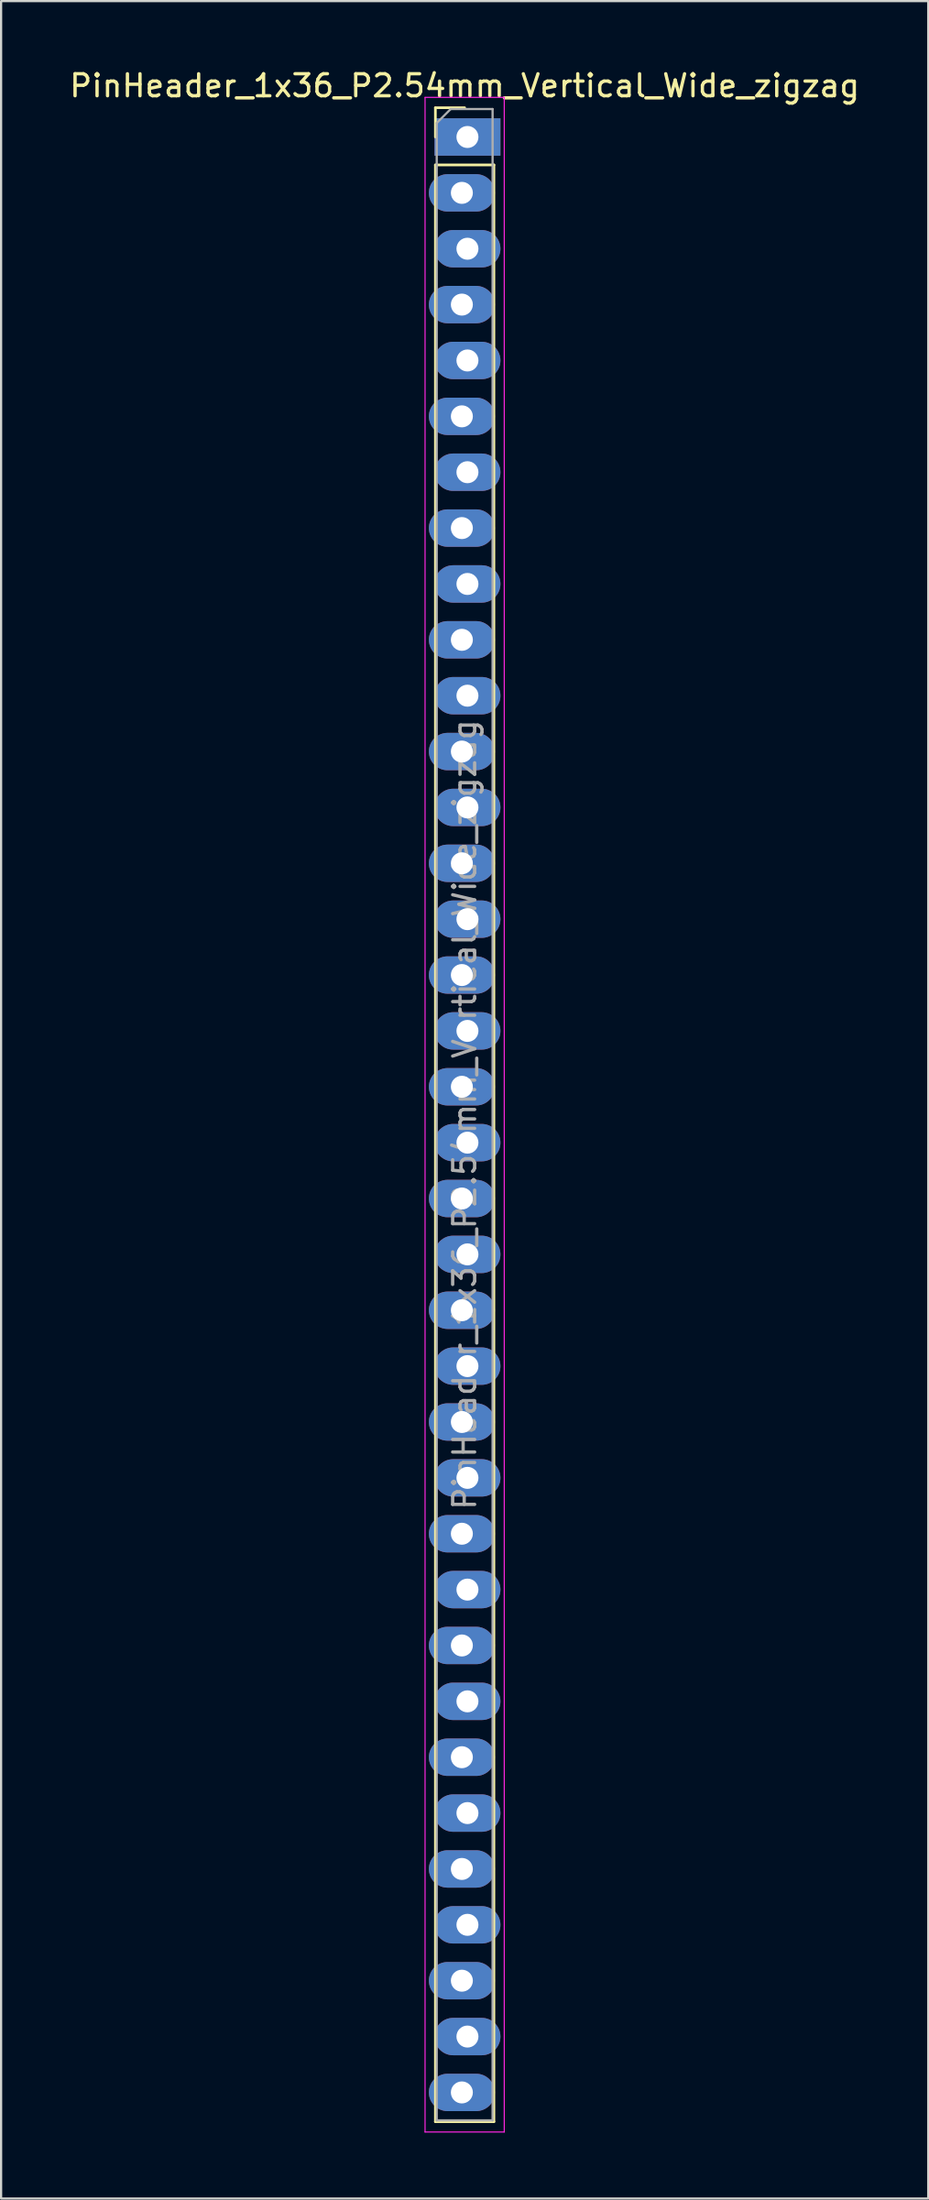
<source format=kicad_pcb>
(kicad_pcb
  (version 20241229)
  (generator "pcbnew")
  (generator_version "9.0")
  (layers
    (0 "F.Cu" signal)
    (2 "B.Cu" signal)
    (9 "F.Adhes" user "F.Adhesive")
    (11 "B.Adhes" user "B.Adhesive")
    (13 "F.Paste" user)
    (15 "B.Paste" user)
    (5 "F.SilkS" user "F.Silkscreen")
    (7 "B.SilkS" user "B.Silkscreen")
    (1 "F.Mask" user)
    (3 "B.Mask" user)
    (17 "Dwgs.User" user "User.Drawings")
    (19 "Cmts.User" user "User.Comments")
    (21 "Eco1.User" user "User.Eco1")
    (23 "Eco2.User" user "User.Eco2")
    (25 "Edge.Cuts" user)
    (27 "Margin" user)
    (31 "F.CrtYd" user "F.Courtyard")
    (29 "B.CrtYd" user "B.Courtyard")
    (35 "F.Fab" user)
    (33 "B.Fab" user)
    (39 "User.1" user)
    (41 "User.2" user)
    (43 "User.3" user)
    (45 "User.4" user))
  (footprint "PinHeader_1x36_P2.54mm_Vertical_Wide_zigzag"
    (layer "F.Cu")
    (at 18.077 3.178)
    (property "Reference" "PinHeader_1x36_P2.54mm_Vertical_Wide_zigzag" (at 0 -2.33 0) (layer "F.SilkS") (effects (font (size 1 1) (thickness 0.15))))
    (attr through_hole)
    (fp_line (start -1.33 -1.33) (end 0 -1.33) (stroke (width 0.12) (type solid)) (layer "F.SilkS"))
    (fp_line (start -1.33 0) (end -1.33 -1.33) (stroke (width 0.12) (type solid)) (layer "F.SilkS"))
    (fp_line (start -1.33 1.27) (end -1.33 90.23) (stroke (width 0.12) (type solid)) (layer "F.SilkS"))
    (fp_line (start -1.33 1.27) (end 1.33 1.27) (stroke (width 0.12) (type solid)) (layer "F.SilkS"))
    (fp_line (start -1.33 90.23) (end 1.33 90.23) (stroke (width 0.12) (type solid)) (layer "F.SilkS"))
    (fp_line (start 1.33 1.27) (end 1.33 90.23) (stroke (width 0.12) (type solid)) (layer "F.SilkS"))
    (fp_line (start -1.8 -1.8) (end -1.8 90.7) (stroke (width 0.05) (type solid)) (layer "F.CrtYd"))
    (fp_line (start -1.8 90.7) (end 1.8 90.7) (stroke (width 0.05) (type solid)) (layer "F.CrtYd"))
    (fp_line (start 1.8 -1.8) (end -1.8 -1.8) (stroke (width 0.05) (type solid)) (layer "F.CrtYd"))
    (fp_line (start 1.8 90.7) (end 1.8 -1.8) (stroke (width 0.05) (type solid)) (layer "F.CrtYd"))
    (fp_line (start -1.27 -0.635) (end -0.635 -1.27) (stroke (width 0.1) (type solid)) (layer "F.Fab"))
    (fp_line (start -1.27 90.17) (end -1.27 -0.635) (stroke (width 0.1) (type solid)) (layer "F.Fab"))
    (fp_line (start -0.635 -1.27) (end 1.27 -1.27) (stroke (width 0.1) (type solid)) (layer "F.Fab"))
    (fp_line (start 1.27 -1.27) (end 1.27 90.17) (stroke (width 0.1) (type solid)) (layer "F.Fab"))
    (fp_line (start 1.27 90.17) (end -1.27 90.17) (stroke (width 0.1) (type solid)) (layer "F.Fab"))
    (fp_text user "${REFERENCE}" (at 0 44.45 90) (layer "F.Fab") (effects (font (size 1 1) (thickness 0.15))))
    (pad "1" thru_hole rect (at 0.127 0) (size 3 1.7) (drill 1) (layers "*.Cu" "*.Mask"))
    (pad "2" thru_hole oval (at -0.127 2.54) (size 3 1.7) (drill 1) (layers "*.Cu" "*.Mask"))
    (pad "3" thru_hole oval (at 0.127 5.08) (size 3 1.7) (drill 1) (layers "*.Cu" "*.Mask"))
    (pad "4" thru_hole oval (at -0.127 7.62) (size 3 1.7) (drill 1) (layers "*.Cu" "*.Mask"))
    (pad "5" thru_hole oval (at 0.127 10.16) (size 3 1.7) (drill 1) (layers "*.Cu" "*.Mask"))
    (pad "6" thru_hole oval (at -0.127 12.7) (size 3 1.7) (drill 1) (layers "*.Cu" "*.Mask"))
    (pad "7" thru_hole oval (at 0.127 15.24) (size 3 1.7) (drill 1) (layers "*.Cu" "*.Mask"))
    (pad "8" thru_hole oval (at -0.127 17.78) (size 3 1.7) (drill 1) (layers "*.Cu" "*.Mask"))
    (pad "9" thru_hole oval (at 0.127 20.32) (size 3 1.7) (drill 1) (layers "*.Cu" "*.Mask"))
    (pad "10" thru_hole oval (at -0.127 22.86) (size 3 1.7) (drill 1) (layers "*.Cu" "*.Mask"))
    (pad "11" thru_hole oval (at 0.127 25.4) (size 3 1.7) (drill 1) (layers "*.Cu" "*.Mask"))
    (pad "12" thru_hole oval (at -0.127 27.94) (size 3 1.7) (drill 1) (layers "*.Cu" "*.Mask"))
    (pad "13" thru_hole oval (at 0.127 30.48) (size 3 1.7) (drill 1) (layers "*.Cu" "*.Mask"))
    (pad "14" thru_hole oval (at -0.127 33.02) (size 3 1.7) (drill 1) (layers "*.Cu" "*.Mask"))
    (pad "15" thru_hole oval (at 0.127 35.56) (size 3 1.7) (drill 1) (layers "*.Cu" "*.Mask"))
    (pad "16" thru_hole oval (at -0.127 38.1) (size 3 1.7) (drill 1) (layers "*.Cu" "*.Mask"))
    (pad "17" thru_hole oval (at 0.127 40.64) (size 3 1.7) (drill 1) (layers "*.Cu" "*.Mask"))
    (pad "18" thru_hole oval (at -0.127 43.18) (size 3 1.7) (drill 1) (layers "*.Cu" "*.Mask"))
    (pad "19" thru_hole oval (at 0.127 45.72) (size 3 1.7) (drill 1) (layers "*.Cu" "*.Mask"))
    (pad "20" thru_hole oval (at -0.127 48.26) (size 3 1.7) (drill 1) (layers "*.Cu" "*.Mask"))
    (pad "21" thru_hole oval (at 0.127 50.8) (size 3 1.7) (drill 1) (layers "*.Cu" "*.Mask"))
    (pad "22" thru_hole oval (at -0.127 53.34) (size 3 1.7) (drill 1) (layers "*.Cu" "*.Mask"))
    (pad "23" thru_hole oval (at 0.127 55.88) (size 3 1.7) (drill 1) (layers "*.Cu" "*.Mask"))
    (pad "24" thru_hole oval (at -0.127 58.42) (size 3 1.7) (drill 1) (layers "*.Cu" "*.Mask"))
    (pad "25" thru_hole oval (at 0.127 60.96) (size 3 1.7) (drill 1) (layers "*.Cu" "*.Mask"))
    (pad "26" thru_hole oval (at -0.127 63.5) (size 3 1.7) (drill 1) (layers "*.Cu" "*.Mask"))
    (pad "27" thru_hole oval (at 0.127 66.04) (size 3 1.7) (drill 1) (layers "*.Cu" "*.Mask"))
    (pad "28" thru_hole oval (at -0.127 68.58) (size 3 1.7) (drill 1) (layers "*.Cu" "*.Mask"))
    (pad "29" thru_hole oval (at 0.127 71.12) (size 3 1.7) (drill 1) (layers "*.Cu" "*.Mask"))
    (pad "30" thru_hole oval (at -0.127 73.66) (size 3 1.7) (drill 1) (layers "*.Cu" "*.Mask"))
    (pad "31" thru_hole oval (at 0.127 76.2) (size 3 1.7) (drill 1) (layers "*.Cu" "*.Mask"))
    (pad "32" thru_hole oval (at -0.127 78.74) (size 3 1.7) (drill 1) (layers "*.Cu" "*.Mask"))
    (pad "33" thru_hole oval (at 0.127 81.28) (size 3 1.7) (drill 1) (layers "*.Cu" "*.Mask"))
    (pad "34" thru_hole oval (at -0.127 83.82) (size 3 1.7) (drill 1) (layers "*.Cu" "*.Mask"))
    (pad "35" thru_hole oval (at 0.127 86.36) (size 3 1.7) (drill 1) (layers "*.Cu" "*.Mask"))
    (pad "36" thru_hole oval (at -0.127 88.9) (size 3 1.7) (drill 1) (layers "*.Cu" "*.Mask")))
  (gr_rect
    (start -3 -3)
    (end 39.155 96.903)
    (stroke (width 0.1) (type default))
    (fill no)
    (layer "Edge.Cuts")))
</source>
